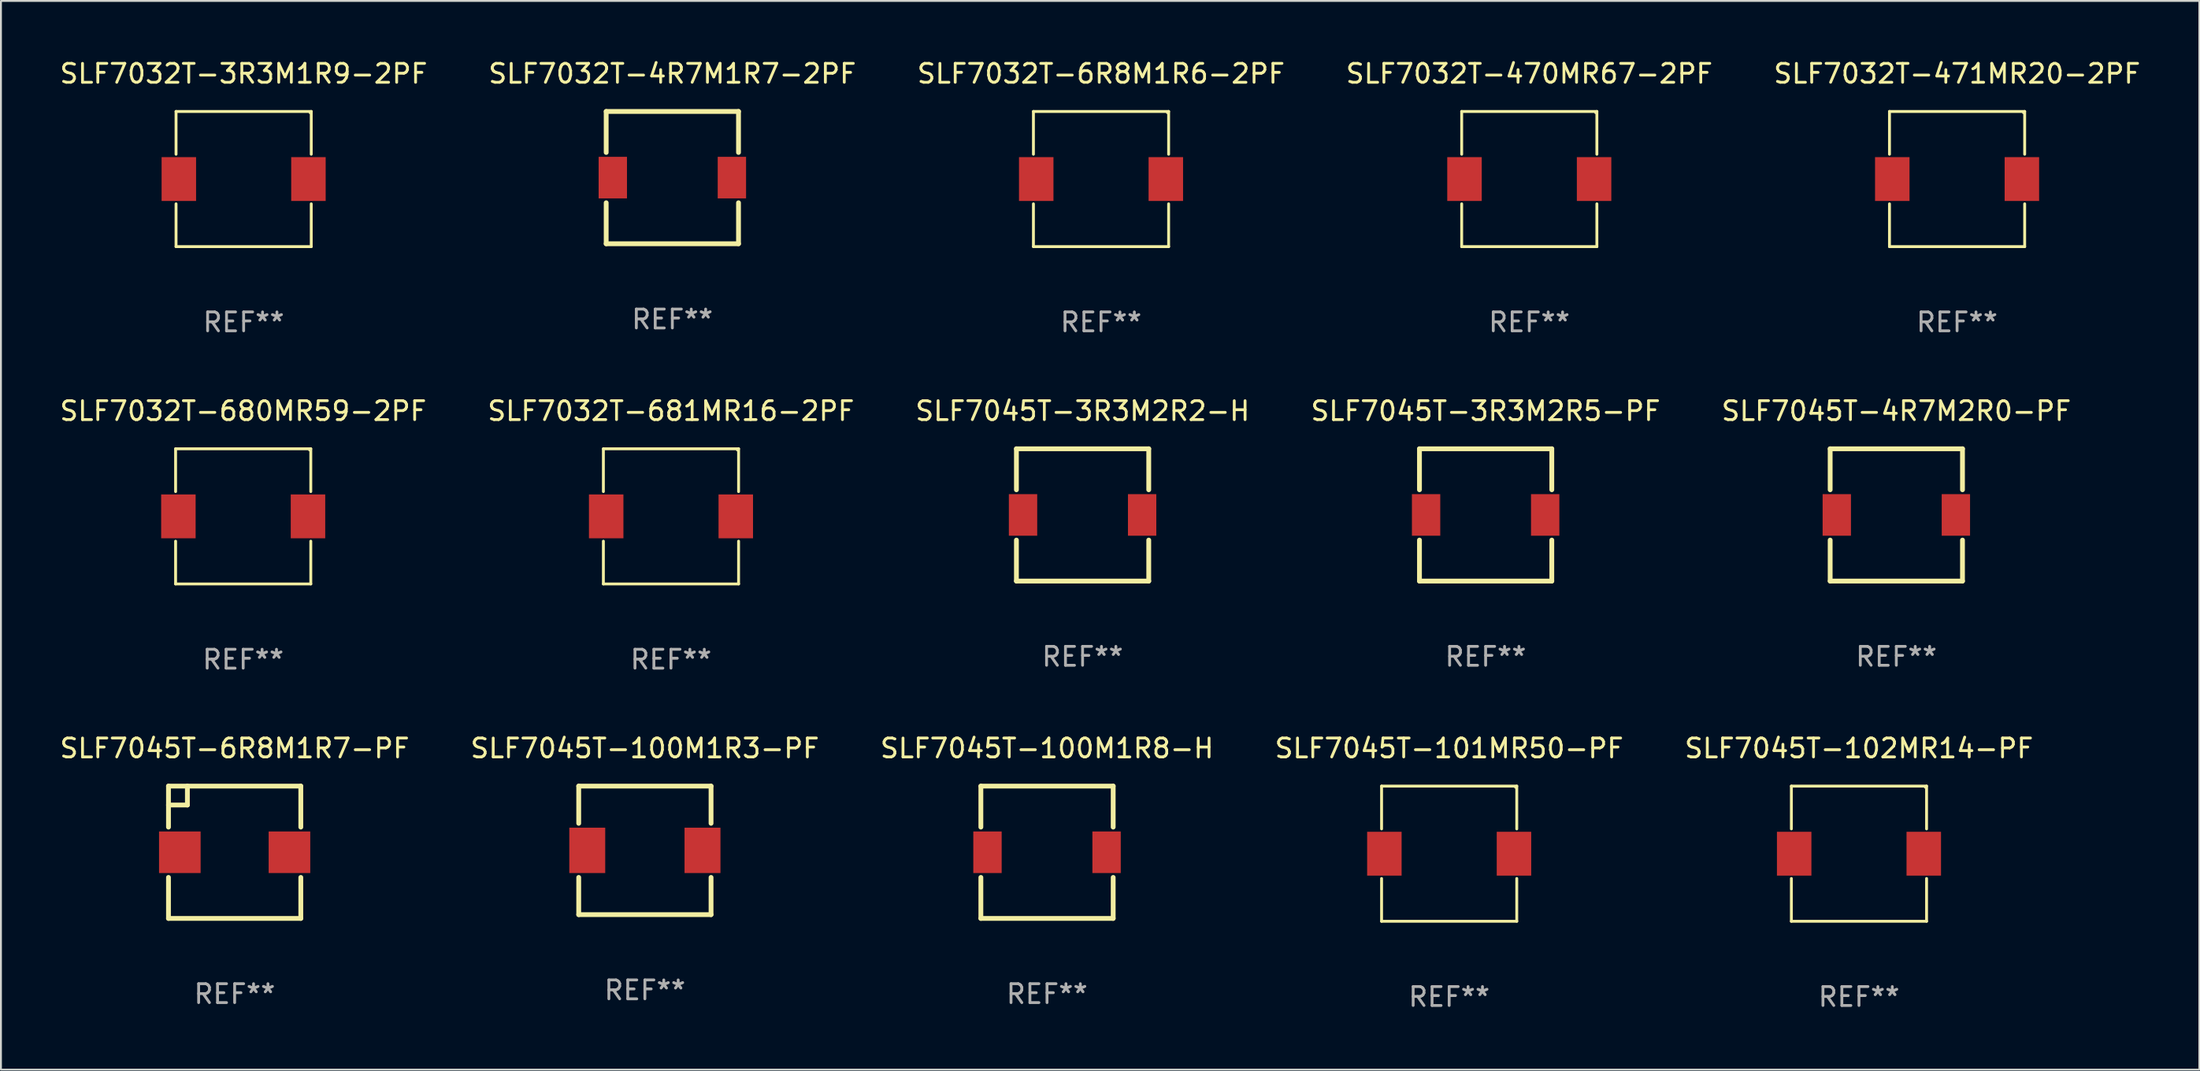
<source format=kicad_pcb>
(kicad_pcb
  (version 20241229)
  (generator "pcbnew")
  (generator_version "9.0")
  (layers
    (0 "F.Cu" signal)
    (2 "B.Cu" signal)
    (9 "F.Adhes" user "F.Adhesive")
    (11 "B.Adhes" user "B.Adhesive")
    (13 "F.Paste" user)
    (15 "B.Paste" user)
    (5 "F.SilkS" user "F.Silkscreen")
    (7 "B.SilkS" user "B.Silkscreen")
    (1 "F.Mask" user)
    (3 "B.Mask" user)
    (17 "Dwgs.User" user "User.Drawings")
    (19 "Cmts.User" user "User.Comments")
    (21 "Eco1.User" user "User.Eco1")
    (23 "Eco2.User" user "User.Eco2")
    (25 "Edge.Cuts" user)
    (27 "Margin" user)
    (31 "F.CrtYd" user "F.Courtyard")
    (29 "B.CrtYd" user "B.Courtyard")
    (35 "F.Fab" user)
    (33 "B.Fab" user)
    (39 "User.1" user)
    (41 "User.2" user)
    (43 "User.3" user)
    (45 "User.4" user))
  (footprint "SLF7032T-471MR20-2PF"
    (layer "F.Cu")
    (at 100.482 6.424)
    (property "Reference" "SLF7032T-471MR20-2PF" (at 0 -5.576 0) (layer "F.SilkS") (effects (font (size 1 1) (thickness 0.15))))
    (attr through_hole)
    (fp_line (start -3.576 -3.576) (end 3.576 -3.576) (stroke (width 0.152) (type solid)) (layer "F.SilkS"))
    (fp_line (start -3.576 -1.312) (end -3.576 -3.576) (stroke (width 0.152) (type solid)) (layer "F.SilkS"))
    (fp_line (start -3.576 1.312) (end -3.576 3.576) (stroke (width 0.152) (type solid)) (layer "F.SilkS"))
    (fp_line (start -3.576 3.576) (end 3.576 3.576) (stroke (width 0.152) (type solid)) (layer "F.SilkS"))
    (fp_line (start 3.576 -3.576) (end 3.576 -1.312) (stroke (width 0.152) (type solid)) (layer "F.SilkS"))
    (fp_line (start 3.576 3.576) (end 3.576 1.312) (stroke (width 0.152) (type solid)) (layer "F.SilkS"))
    (fp_circle (center 3.5 -3.5) (end 3.53 -3.5) (stroke (width 0.06) (type solid)) (fill no) (layer "F.SilkS"))
    (fp_text user "REF**" (at 0 7.576 0) (layer "F.Fab") (effects (font (size 1 1) (thickness 0.15))))
    (pad "1" smd rect (at 3.428 0) (size 1.824 2.32) (layers "F.Cu" "F.Mask" "F.Paste"))
    (pad "2" smd rect (at -3.428 0) (size 1.824 2.32) (layers "F.Cu" "F.Mask" "F.Paste")))
  (footprint "SLF7032T-681MR16-2PF"
    (layer "F.Cu")
    (at 32.446 24.273)
    (property "Reference" "SLF7032T-681MR16-2PF" (at 0 -5.576 0) (layer "F.SilkS") (effects (font (size 1 1) (thickness 0.15))))
    (attr through_hole)
    (fp_line (start -3.576 -3.576) (end 3.576 -3.576) (stroke (width 0.152) (type solid)) (layer "F.SilkS"))
    (fp_line (start -3.576 -1.312) (end -3.576 -3.576) (stroke (width 0.152) (type solid)) (layer "F.SilkS"))
    (fp_line (start -3.576 1.312) (end -3.576 3.576) (stroke (width 0.152) (type solid)) (layer "F.SilkS"))
    (fp_line (start -3.576 3.576) (end 3.576 3.576) (stroke (width 0.152) (type solid)) (layer "F.SilkS"))
    (fp_line (start 3.576 -3.576) (end 3.576 -1.312) (stroke (width 0.152) (type solid)) (layer "F.SilkS"))
    (fp_line (start 3.576 3.576) (end 3.576 1.312) (stroke (width 0.152) (type solid)) (layer "F.SilkS"))
    (fp_circle (center 3.5 -3.5) (end 3.53 -3.5) (stroke (width 0.06) (type solid)) (fill no) (layer "F.SilkS"))
    (fp_text user "REF**" (at 0 7.576 0) (layer "F.Fab") (effects (font (size 1 1) (thickness 0.15))))
    (pad "1" smd rect (at 3.428 0) (size 1.824 2.32) (layers "F.Cu" "F.Mask" "F.Paste"))
    (pad "2" smd rect (at -3.428 0) (size 1.824 2.32) (layers "F.Cu" "F.Mask" "F.Paste")))
  (footprint "SLF7032T-680MR59-2PF"
    (layer "F.Cu")
    (at 9.815 24.273)
    (property "Reference" "SLF7032T-680MR59-2PF" (at 0 -5.576 0) (layer "F.SilkS") (effects (font (size 1 1) (thickness 0.15))))
    (attr through_hole)
    (fp_line (start -3.576 -3.576) (end 3.576 -3.576) (stroke (width 0.152) (type solid)) (layer "F.SilkS"))
    (fp_line (start -3.576 -1.312) (end -3.576 -3.576) (stroke (width 0.152) (type solid)) (layer "F.SilkS"))
    (fp_line (start -3.576 1.312) (end -3.576 3.576) (stroke (width 0.152) (type solid)) (layer "F.SilkS"))
    (fp_line (start -3.576 3.576) (end 3.576 3.576) (stroke (width 0.152) (type solid)) (layer "F.SilkS"))
    (fp_line (start 3.576 -3.576) (end 3.576 -1.312) (stroke (width 0.152) (type solid)) (layer "F.SilkS"))
    (fp_line (start 3.576 3.576) (end 3.576 1.312) (stroke (width 0.152) (type solid)) (layer "F.SilkS"))
    (fp_circle (center 3.5 -3.5) (end 3.53 -3.5) (stroke (width 0.06) (type solid)) (fill no) (layer "F.SilkS"))
    (fp_text user "REF**" (at 0 7.576 0) (layer "F.Fab") (effects (font (size 1 1) (thickness 0.15))))
    (pad "1" smd rect (at 3.428 0) (size 1.824 2.32) (layers "F.Cu" "F.Mask" "F.Paste"))
    (pad "2" smd rect (at -3.428 0) (size 1.824 2.32) (layers "F.Cu" "F.Mask" "F.Paste")))
  (footprint "SLF7045T-101MR50-PF"
    (layer "F.Cu")
    (at 73.613 42.122)
    (property "Reference" "SLF7045T-101MR50-PF" (at 0 -5.576 0) (layer "F.SilkS") (effects (font (size 1 1) (thickness 0.15))))
    (attr through_hole)
    (fp_line (start -3.576 -3.576) (end 3.576 -3.576) (stroke (width 0.152) (type solid)) (layer "F.SilkS"))
    (fp_line (start -3.576 -1.312) (end -3.576 -3.576) (stroke (width 0.152) (type solid)) (layer "F.SilkS"))
    (fp_line (start -3.576 1.312) (end -3.576 3.576) (stroke (width 0.152) (type solid)) (layer "F.SilkS"))
    (fp_line (start -3.576 3.576) (end 3.576 3.576) (stroke (width 0.152) (type solid)) (layer "F.SilkS"))
    (fp_line (start 3.576 -3.576) (end 3.576 -1.312) (stroke (width 0.152) (type solid)) (layer "F.SilkS"))
    (fp_line (start 3.576 3.576) (end 3.576 1.312) (stroke (width 0.152) (type solid)) (layer "F.SilkS"))
    (fp_circle (center 3.5 -3.5) (end 3.53 -3.5) (stroke (width 0.06) (type solid)) (fill no) (layer "F.SilkS"))
    (fp_text user "REF**" (at 0 7.576 0) (layer "F.Fab") (effects (font (size 1 1) (thickness 0.15))))
    (pad "1" smd rect (at 3.428 0) (size 1.824 2.32) (layers "F.Cu" "F.Mask" "F.Paste"))
    (pad "2" smd rect (at -3.428 0) (size 1.824 2.32) (layers "F.Cu" "F.Mask" "F.Paste")))
  (footprint "SLF7045T-6R8M1R7-PF"
    (layer "F.Cu")
    (at 9.363 42.046)
    (property "Reference" "SLF7045T-6R8M1R7-PF" (at 0 -5.5 0) (layer "F.SilkS") (effects (font (size 1 1) (thickness 0.15))))
    (attr through_hole)
    (fp_line (start -3.5 -3.5) (end 3.5 -3.5) (stroke (width 0.254) (type solid)) (layer "F.SilkS"))
    (fp_line (start -3.5 -1.331) (end -3.5 -3.5) (stroke (width 0.254) (type solid)) (layer "F.SilkS"))
    (fp_line (start -3.5 3.5) (end -3.5 1.331) (stroke (width 0.254) (type solid)) (layer "F.SilkS"))
    (fp_line (start -2.5 -2.5) (end -3.5 -2.5) (stroke (width 0.254) (type solid)) (layer "F.SilkS"))
    (fp_line (start -2.5 -2.5) (end -2.5 -3.5) (stroke (width 0.254) (type solid)) (layer "F.SilkS"))
    (fp_line (start 3.5 -3.5) (end 3.5 -1.331) (stroke (width 0.254) (type solid)) (layer "F.SilkS"))
    (fp_line (start 3.5 1.331) (end 3.5 3.5) (stroke (width 0.254) (type solid)) (layer "F.SilkS"))
    (fp_line (start 3.5 3.5) (end -3.5 3.5) (stroke (width 0.254) (type solid)) (layer "F.SilkS"))
    (fp_circle (center -3.5 3.5) (end -3.47 3.5) (stroke (width 0.06) (type solid)) (fill no) (layer "F.SilkS"))
    (fp_text user "REF**" (at 0 7.5 0) (layer "F.Fab") (effects (font (size 1 1) (thickness 0.15))))
    (pad "1" smd rect (at -2.9 0 90) (size 2.2 2.2) (layers "F.Cu" "F.Mask" "F.Paste"))
    (pad "2" smd rect (at 2.9 0 90) (size 2.2 2.2) (layers "F.Cu" "F.Mask" "F.Paste")))
  (footprint "SLF7045T-3R3M2R2-H"
    (layer "F.Cu")
    (at 54.22 24.197)
    (property "Reference" "SLF7045T-3R3M2R2-H" (at 0 -5.5 0) (layer "F.SilkS") (effects (font (size 1 1) (thickness 0.15))))
    (attr through_hole)
    (fp_line (start -3.5 -3.5) (end -3.5 -1.331) (stroke (width 0.254) (type solid)) (layer "F.SilkS"))
    (fp_line (start -3.5 -3.5) (end 3.5 -3.5) (stroke (width 0.254) (type solid)) (layer "F.SilkS"))
    (fp_line (start -3.5 1.331) (end -3.5 3.5) (stroke (width 0.254) (type solid)) (layer "F.SilkS"))
    (fp_line (start -3.5 3.5) (end 3.5 3.5) (stroke (width 0.254) (type solid)) (layer "F.SilkS"))
    (fp_line (start 3.5 -1.331) (end 3.5 -3.5) (stroke (width 0.254) (type solid)) (layer "F.SilkS"))
    (fp_line (start 3.5 3.5) (end 3.5 1.331) (stroke (width 0.254) (type solid)) (layer "F.SilkS"))
    (fp_circle (center -3.5 3.5) (end -3.47 3.5) (stroke (width 0.06) (type solid)) (fill no) (layer "F.SilkS"))
    (fp_text user "REF**" (at 0 7.5 0) (layer "F.Fab") (effects (font (size 1 1) (thickness 0.15))))
    (pad "1" smd rect (at -3.15 0 270) (size 2.2 1.5) (layers "F.Cu" "F.Mask" "F.Paste"))
    (pad "2" smd rect (at 3.15 0 270) (size 2.2 1.5) (layers "F.Cu" "F.Mask" "F.Paste")))
  (footprint "SLF7045T-102MR14-PF"
    (layer "F.Cu")
    (at 95.292 42.122)
    (property "Reference" "SLF7045T-102MR14-PF" (at 0 -5.576 0) (layer "F.SilkS") (effects (font (size 1 1) (thickness 0.15))))
    (attr through_hole)
    (fp_line (start -3.576 -3.576) (end 3.576 -3.576) (stroke (width 0.152) (type solid)) (layer "F.SilkS"))
    (fp_line (start -3.576 -1.312) (end -3.576 -3.576) (stroke (width 0.152) (type solid)) (layer "F.SilkS"))
    (fp_line (start -3.576 1.312) (end -3.576 3.576) (stroke (width 0.152) (type solid)) (layer "F.SilkS"))
    (fp_line (start -3.576 3.576) (end 3.576 3.576) (stroke (width 0.152) (type solid)) (layer "F.SilkS"))
    (fp_line (start 3.576 -3.576) (end 3.576 -1.312) (stroke (width 0.152) (type solid)) (layer "F.SilkS"))
    (fp_line (start 3.576 3.576) (end 3.576 1.312) (stroke (width 0.152) (type solid)) (layer "F.SilkS"))
    (fp_circle (center 3.5 -3.5) (end 3.53 -3.5) (stroke (width 0.06) (type solid)) (fill no) (layer "F.SilkS"))
    (fp_text user "REF**" (at 0 7.576 0) (layer "F.Fab") (effects (font (size 1 1) (thickness 0.15))))
    (pad "1" smd rect (at 3.428 0) (size 1.824 2.32) (layers "F.Cu" "F.Mask" "F.Paste"))
    (pad "2" smd rect (at -3.428 0) (size 1.824 2.32) (layers "F.Cu" "F.Mask" "F.Paste")))
  (footprint "SLF7045T-3R3M2R5-PF"
    (layer "F.Cu")
    (at 75.542 24.197)
    (property "Reference" "SLF7045T-3R3M2R5-PF" (at 0 -5.5 0) (layer "F.SilkS") (effects (font (size 1 1) (thickness 0.15))))
    (attr through_hole)
    (fp_line (start -3.5 -3.5) (end -3.5 -1.331) (stroke (width 0.254) (type solid)) (layer "F.SilkS"))
    (fp_line (start -3.5 -3.5) (end 3.5 -3.5) (stroke (width 0.254) (type solid)) (layer "F.SilkS"))
    (fp_line (start -3.5 1.331) (end -3.5 3.5) (stroke (width 0.254) (type solid)) (layer "F.SilkS"))
    (fp_line (start -3.5 3.5) (end 3.5 3.5) (stroke (width 0.254) (type solid)) (layer "F.SilkS"))
    (fp_line (start 3.5 -1.331) (end 3.5 -3.5) (stroke (width 0.254) (type solid)) (layer "F.SilkS"))
    (fp_line (start 3.5 3.5) (end 3.5 1.331) (stroke (width 0.254) (type solid)) (layer "F.SilkS"))
    (fp_circle (center -3.5 3.5) (end -3.47 3.5) (stroke (width 0.06) (type solid)) (fill no) (layer "F.SilkS"))
    (fp_text user "REF**" (at 0 7.5 0) (layer "F.Fab") (effects (font (size 1 1) (thickness 0.15))))
    (pad "1" smd rect (at -3.15 0 270) (size 2.2 1.5) (layers "F.Cu" "F.Mask" "F.Paste"))
    (pad "2" smd rect (at 3.15 0 270) (size 2.2 1.5) (layers "F.Cu" "F.Mask" "F.Paste")))
  (footprint "SLF7045T-100M1R8-H"
    (layer "F.Cu")
    (at 52.339 42.046)
    (property "Reference" "SLF7045T-100M1R8-H" (at 0 -5.5 0) (layer "F.SilkS") (effects (font (size 1 1) (thickness 0.15))))
    (attr through_hole)
    (fp_line (start -3.5 -3.5) (end -3.5 -1.331) (stroke (width 0.254) (type solid)) (layer "F.SilkS"))
    (fp_line (start -3.5 -3.5) (end 3.5 -3.5) (stroke (width 0.254) (type solid)) (layer "F.SilkS"))
    (fp_line (start -3.5 1.331) (end -3.5 3.5) (stroke (width 0.254) (type solid)) (layer "F.SilkS"))
    (fp_line (start -3.5 3.5) (end 3.5 3.5) (stroke (width 0.254) (type solid)) (layer "F.SilkS"))
    (fp_line (start 3.5 -1.331) (end 3.5 -3.5) (stroke (width 0.254) (type solid)) (layer "F.SilkS"))
    (fp_line (start 3.5 3.5) (end 3.5 1.331) (stroke (width 0.254) (type solid)) (layer "F.SilkS"))
    (fp_circle (center -3.5 3.5) (end -3.47 3.5) (stroke (width 0.06) (type solid)) (fill no) (layer "F.SilkS"))
    (fp_text user "REF**" (at 0 7.5 0) (layer "F.Fab") (effects (font (size 1 1) (thickness 0.15))))
    (pad "1" smd rect (at -3.15 0 270) (size 2.2 1.5) (layers "F.Cu" "F.Mask" "F.Paste"))
    (pad "2" smd rect (at 3.15 0 270) (size 2.2 1.5) (layers "F.Cu" "F.Mask" "F.Paste")))
  (footprint "SLF7032T-4R7M1R7-2PF"
    (layer "F.Cu")
    (at 32.518 6.348)
    (property "Reference" "SLF7032T-4R7M1R7-2PF" (at 0 -5.5 0) (layer "F.SilkS") (effects (font (size 1 1) (thickness 0.15))))
    (attr through_hole)
    (fp_line (start -3.5 -3.5) (end -3.5 -1.331) (stroke (width 0.254) (type solid)) (layer "F.SilkS"))
    (fp_line (start -3.5 -3.5) (end 3.5 -3.5) (stroke (width 0.254) (type solid)) (layer "F.SilkS"))
    (fp_line (start -3.5 1.331) (end -3.5 3.5) (stroke (width 0.254) (type solid)) (layer "F.SilkS"))
    (fp_line (start -3.5 3.5) (end 3.5 3.5) (stroke (width 0.254) (type solid)) (layer "F.SilkS"))
    (fp_line (start 3.5 -1.331) (end 3.5 -3.5) (stroke (width 0.254) (type solid)) (layer "F.SilkS"))
    (fp_line (start 3.5 3.5) (end 3.5 1.331) (stroke (width 0.254) (type solid)) (layer "F.SilkS"))
    (fp_circle (center -3.5 3.5) (end -3.47 3.5) (stroke (width 0.06) (type solid)) (fill no) (layer "F.SilkS"))
    (fp_text user "REF**" (at 0 7.5 0) (layer "F.Fab") (effects (font (size 1 1) (thickness 0.15))))
    (pad "1" smd rect (at -3.15 0 270) (size 2.2 1.5) (layers "F.Cu" "F.Mask" "F.Paste"))
    (pad "2" smd rect (at 3.15 0 270) (size 2.2 1.5) (layers "F.Cu" "F.Mask" "F.Paste")))
  (footprint "SLF7045T-100M1R3-PF"
    (layer "F.Cu")
    (at 31.065 41.946)
    (property "Reference" "SLF7045T-100M1R3-PF" (at 0 -5.4 0) (layer "F.SilkS") (effects (font (size 1 1) (thickness 0.15))))
    (attr through_hole)
    (fp_line (start -3.5 -3.4) (end -3.5 -1.431) (stroke (width 0.254) (type solid)) (layer "F.SilkS"))
    (fp_line (start -3.5 1.431) (end -3.5 3.4) (stroke (width 0.254) (type solid)) (layer "F.SilkS"))
    (fp_line (start -3.5 3.4) (end 3.5 3.4) (stroke (width 0.254) (type solid)) (layer "F.SilkS"))
    (fp_line (start 3.5 -3.4) (end -3.5 -3.4) (stroke (width 0.254) (type solid)) (layer "F.SilkS"))
    (fp_line (start 3.5 -1.431) (end 3.5 -3.4) (stroke (width 0.254) (type solid)) (layer "F.SilkS"))
    (fp_line (start 3.5 3.4) (end 3.5 1.431) (stroke (width 0.254) (type solid)) (layer "F.SilkS"))
    (fp_circle (center 3.5 -3.4) (end 3.53 -3.4) (stroke (width 0.06) (type solid)) (fill no) (layer "F.SilkS"))
    (fp_text user "REF**" (at 0 7.4 0) (layer "F.Fab") (effects (font (size 1 1) (thickness 0.15))))
    (pad "1" smd rect (at 3.048 0) (size 1.9 2.4) (layers "F.Cu" "F.Mask" "F.Paste"))
    (pad "2" smd rect (at -3.048 0) (size 1.9 2.4) (layers "F.Cu" "F.Mask" "F.Paste")))
  (footprint "SLF7032T-470MR67-2PF"
    (layer "F.Cu")
    (at 77.851 6.424)
    (property "Reference" "SLF7032T-470MR67-2PF" (at 0 -5.576 0) (layer "F.SilkS") (effects (font (size 1 1) (thickness 0.15))))
    (attr through_hole)
    (fp_line (start -3.576 -3.576) (end 3.576 -3.576) (stroke (width 0.152) (type solid)) (layer "F.SilkS"))
    (fp_line (start -3.576 -1.312) (end -3.576 -3.576) (stroke (width 0.152) (type solid)) (layer "F.SilkS"))
    (fp_line (start -3.576 1.312) (end -3.576 3.576) (stroke (width 0.152) (type solid)) (layer "F.SilkS"))
    (fp_line (start -3.576 3.576) (end 3.576 3.576) (stroke (width 0.152) (type solid)) (layer "F.SilkS"))
    (fp_line (start 3.576 -3.576) (end 3.576 -1.312) (stroke (width 0.152) (type solid)) (layer "F.SilkS"))
    (fp_line (start 3.576 3.576) (end 3.576 1.312) (stroke (width 0.152) (type solid)) (layer "F.SilkS"))
    (fp_circle (center 3.5 -3.5) (end 3.53 -3.5) (stroke (width 0.06) (type solid)) (fill no) (layer "F.SilkS"))
    (fp_text user "REF**" (at 0 7.576 0) (layer "F.Fab") (effects (font (size 1 1) (thickness 0.15))))
    (pad "1" smd rect (at 3.428 0) (size 1.824 2.32) (layers "F.Cu" "F.Mask" "F.Paste"))
    (pad "2" smd rect (at -3.428 0) (size 1.824 2.32) (layers "F.Cu" "F.Mask" "F.Paste")))
  (footprint "SLF7045T-4R7M2R0-PF"
    (layer "F.Cu")
    (at 97.268 24.197)
    (property "Reference" "SLF7045T-4R7M2R0-PF" (at 0 -5.5 0) (layer "F.SilkS") (effects (font (size 1 1) (thickness 0.15))))
    (attr through_hole)
    (fp_line (start -3.5 -3.5) (end -3.5 -1.331) (stroke (width 0.254) (type solid)) (layer "F.SilkS"))
    (fp_line (start -3.5 -3.5) (end 3.5 -3.5) (stroke (width 0.254) (type solid)) (layer "F.SilkS"))
    (fp_line (start -3.5 1.331) (end -3.5 3.5) (stroke (width 0.254) (type solid)) (layer "F.SilkS"))
    (fp_line (start -3.5 3.5) (end 3.5 3.5) (stroke (width 0.254) (type solid)) (layer "F.SilkS"))
    (fp_line (start 3.5 -1.331) (end 3.5 -3.5) (stroke (width 0.254) (type solid)) (layer "F.SilkS"))
    (fp_line (start 3.5 3.5) (end 3.5 1.331) (stroke (width 0.254) (type solid)) (layer "F.SilkS"))
    (fp_circle (center -3.5 3.5) (end -3.47 3.5) (stroke (width 0.06) (type solid)) (fill no) (layer "F.SilkS"))
    (fp_text user "REF**" (at 0 7.5 0) (layer "F.Fab") (effects (font (size 1 1) (thickness 0.15))))
    (pad "1" smd rect (at -3.15 0 270) (size 2.2 1.5) (layers "F.Cu" "F.Mask" "F.Paste"))
    (pad "2" smd rect (at 3.15 0 270) (size 2.2 1.5) (layers "F.Cu" "F.Mask" "F.Paste")))
  (footprint "SLF7032T-3R3M1R9-2PF"
    (layer "F.Cu")
    (at 9.839 6.424)
    (property "Reference" "SLF7032T-3R3M1R9-2PF" (at 0 -5.576 0) (layer "F.SilkS") (effects (font (size 1 1) (thickness 0.15))))
    (attr through_hole)
    (fp_line (start -3.576 -3.576) (end 3.576 -3.576) (stroke (width 0.152) (type solid)) (layer "F.SilkS"))
    (fp_line (start -3.576 -1.312) (end -3.576 -3.576) (stroke (width 0.152) (type solid)) (layer "F.SilkS"))
    (fp_line (start -3.576 1.312) (end -3.576 3.576) (stroke (width 0.152) (type solid)) (layer "F.SilkS"))
    (fp_line (start -3.576 3.576) (end 3.576 3.576) (stroke (width 0.152) (type solid)) (layer "F.SilkS"))
    (fp_line (start 3.576 -3.576) (end 3.576 -1.312) (stroke (width 0.152) (type solid)) (layer "F.SilkS"))
    (fp_line (start 3.576 3.576) (end 3.576 1.312) (stroke (width 0.152) (type solid)) (layer "F.SilkS"))
    (fp_circle (center 3.5 -3.5) (end 3.53 -3.5) (stroke (width 0.06) (type solid)) (fill no) (layer "F.SilkS"))
    (fp_text user "REF**" (at 0 7.576 0) (layer "F.Fab") (effects (font (size 1 1) (thickness 0.15))))
    (pad "1" smd rect (at 3.428 0) (size 1.824 2.32) (layers "F.Cu" "F.Mask" "F.Paste"))
    (pad "2" smd rect (at -3.428 0) (size 1.824 2.32) (layers "F.Cu" "F.Mask" "F.Paste")))
  (footprint "SLF7032T-6R8M1R6-2PF"
    (layer "F.Cu")
    (at 55.196 6.424)
    (property "Reference" "SLF7032T-6R8M1R6-2PF" (at 0 -5.576 0) (layer "F.SilkS") (effects (font (size 1 1) (thickness 0.15))))
    (attr through_hole)
    (fp_line (start -3.576 -3.576) (end 3.576 -3.576) (stroke (width 0.152) (type solid)) (layer "F.SilkS"))
    (fp_line (start -3.576 -1.312) (end -3.576 -3.576) (stroke (width 0.152) (type solid)) (layer "F.SilkS"))
    (fp_line (start -3.576 1.312) (end -3.576 3.576) (stroke (width 0.152) (type solid)) (layer "F.SilkS"))
    (fp_line (start -3.576 3.576) (end 3.576 3.576) (stroke (width 0.152) (type solid)) (layer "F.SilkS"))
    (fp_line (start 3.576 -3.576) (end 3.576 -1.312) (stroke (width 0.152) (type solid)) (layer "F.SilkS"))
    (fp_line (start 3.576 3.576) (end 3.576 1.312) (stroke (width 0.152) (type solid)) (layer "F.SilkS"))
    (fp_circle (center 3.5 -3.5) (end 3.53 -3.5) (stroke (width 0.06) (type solid)) (fill no) (layer "F.SilkS"))
    (fp_text user "REF**" (at 0 7.576 0) (layer "F.Fab") (effects (font (size 1 1) (thickness 0.15))))
    (pad "1" smd rect (at 3.428 0) (size 1.824 2.32) (layers "F.Cu" "F.Mask" "F.Paste"))
    (pad "2" smd rect (at -3.428 0) (size 1.824 2.32) (layers "F.Cu" "F.Mask" "F.Paste")))
  (gr_rect
    (start -3 -3)
    (end 113.298 53.547)
    (stroke (width 0.1) (type default))
    (fill no)
    (layer "Edge.Cuts")))
</source>
